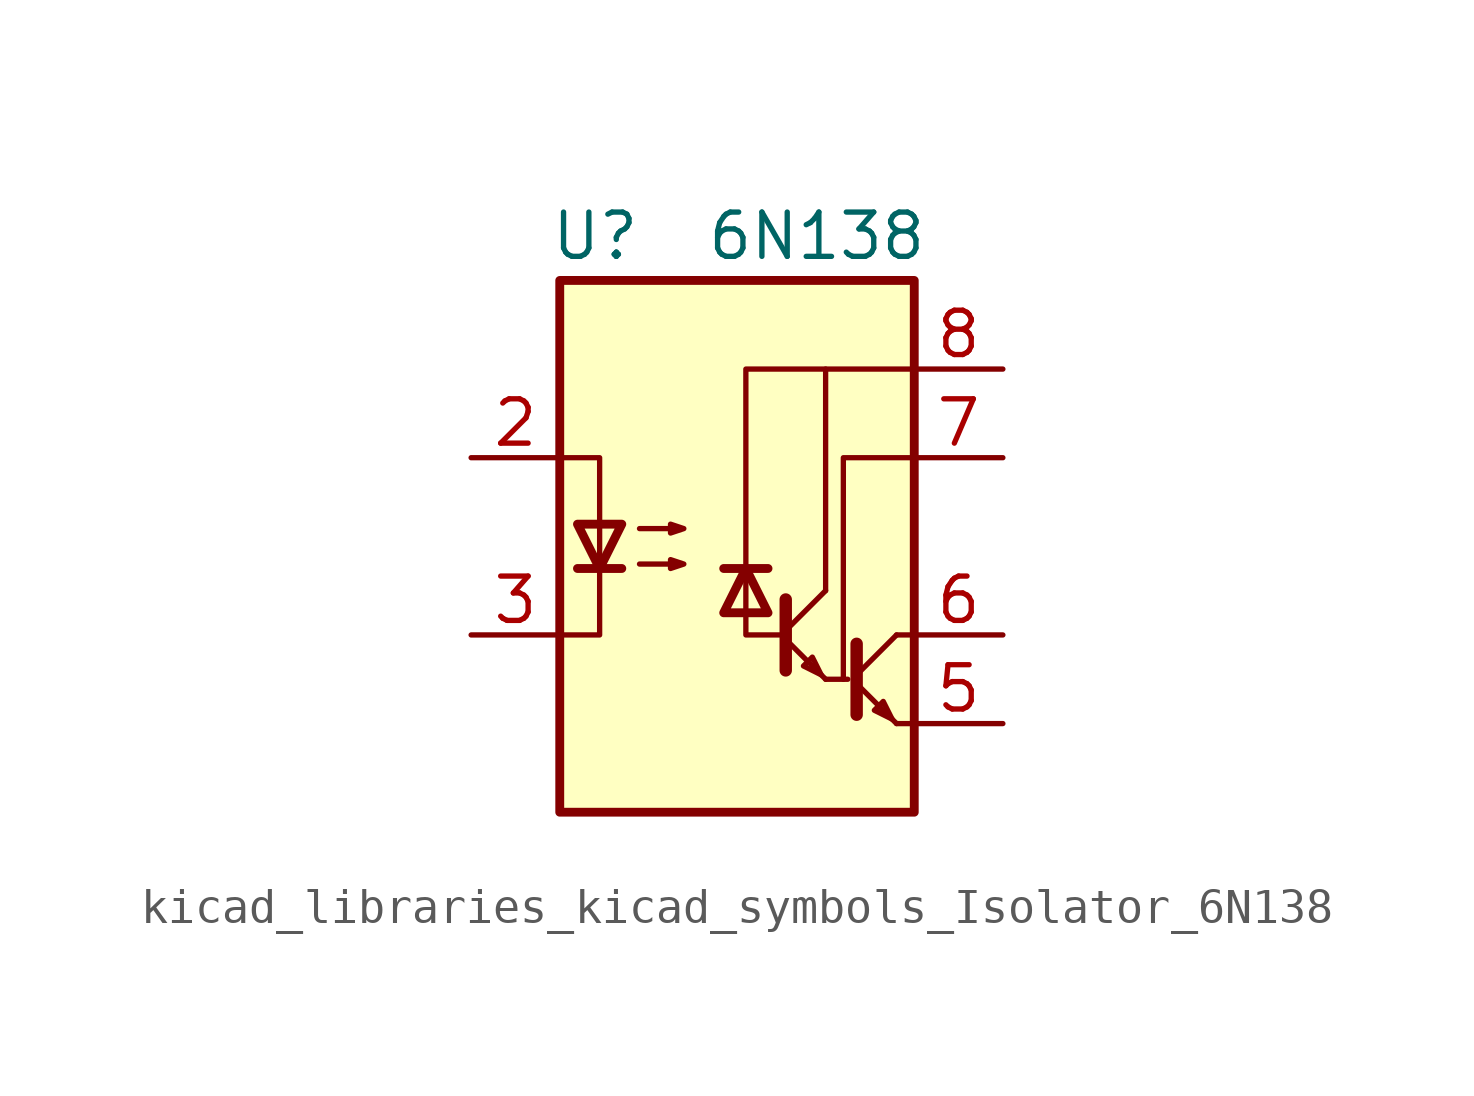
<source format=kicad_sym>
(kicad_symbol_lib
  (version 20220914)
  (generator kicad_symbol_editor)
  (symbol "kicad_libraries_kicad_symbols_Isolator_6N138"
    (pin_names
      (offset 1.016) hide)
    (property "Reference" "U"
      (at -4.064 8.89 0)
      (effects (font (size 1.27 1.27))))
    (property "Value" "6N138"
      (at 2.286 8.89 0)
      (effects (font (size 1.27 1.27))))
    (symbol "kicad_libraries_kicad_symbols_Isolator_6N138_0_1"
      (rectangle (start -5.08 7.62) (end 5.08 -7.62) (stroke (width 0.254) (type default)) (fill (type background)))
      (polyline (pts (xy -4.572 -0.635) (xy -3.302 -0.635)) (stroke (width 0.254) (type default)) (fill (type none)))
      (polyline (pts (xy 0.889 -0.635) (xy -0.381 -0.635)) (stroke (width 0.254) (type default)) (fill (type none)))
      (polyline (pts (xy 1.397 -2.667) (xy 2.54 -3.81)) (stroke (width 0) (type default)) (fill (type none)))
      (polyline (pts (xy 1.397 -2.413) (xy 2.54 -1.27)) (stroke (width 0) (type default)) (fill (type none)))
      (polyline (pts (xy 2.54 -3.81) (xy 3.175 -3.81)) (stroke (width 0) (type default)) (fill (type none)))
      (polyline (pts (xy 3.429 -3.937) (xy 4.572 -5.08)) (stroke (width 0) (type default)) (fill (type none)))
      (polyline (pts (xy 3.429 -3.683) (xy 4.572 -2.54)) (stroke (width 0) (type default)) (fill (type none)))
      (polyline (pts (xy 4.572 -5.08) (xy 5.08 -5.08)) (stroke (width 0) (type default)) (fill (type none)))
      (polyline (pts (xy 4.572 -2.54) (xy 5.08 -2.54)) (stroke (width 0) (type default)) (fill (type none)))
      (polyline (pts (xy 1.397 -1.524) (xy 1.397 -3.556) (xy 1.397 -3.556)) (stroke (width 0.356) (type default)) (fill (type none)))
      (polyline (pts (xy 2.54 -1.27) (xy 2.54 5.08) (xy 5.08 5.08)) (stroke (width 0) (type default)) (fill (type none)))
      (polyline (pts (xy 3.429 -2.794) (xy 3.429 -4.826) (xy 3.429 -4.826)) (stroke (width 0.356) (type default)) (fill (type none)))
      (polyline (pts (xy 5.08 2.54) (xy 3.048 2.54) (xy 3.048 -3.81)) (stroke (width 0) (type default)) (fill (type none)))
      (polyline (pts (xy -5.08 -2.54) (xy -3.937 -2.54) (xy -3.937 2.54) (xy -5.08 2.54)) (stroke (width 0) (type default)) (fill (type none)))
      (polyline (pts (xy -3.937 -0.635) (xy -4.572 0.635) (xy -3.302 0.635) (xy -3.937 -0.635)) (stroke (width 0.254) (type default)) (fill (type none)))
      (polyline (pts (xy 0.254 -0.635) (xy 0.889 -1.905) (xy -0.381 -1.905) (xy 0.254 -0.635)) (stroke (width 0.254) (type default)) (fill (type none)))
      (polyline (pts (xy 1.27 -2.54) (xy 0.254 -2.54) (xy 0.254 5.08) (xy 2.54 5.08)) (stroke (width 0) (type default)) (fill (type none)))
      (polyline (pts (xy 2.413 -3.683) (xy 2.159 -3.175) (xy 1.905 -3.429) (xy 2.413 -3.683)) (stroke (width 0) (type default)) (fill (type none)))
      (polyline (pts (xy 4.445 -4.953) (xy 4.191 -4.445) (xy 3.937 -4.699) (xy 4.445 -4.953)) (stroke (width 0) (type default)) (fill (type none)))
      (polyline (pts (xy -2.794 -0.508) (xy -1.524 -0.508) (xy -1.905 -0.635) (xy -1.905 -0.381) (xy -1.524 -0.508)) (stroke (width 0) (type default)) (fill (type none)))
      (polyline (pts (xy -2.794 0.508) (xy -1.524 0.508) (xy -1.905 0.381) (xy -1.905 0.635) (xy -1.524 0.508)) (stroke (width 0) (type default)) (fill (type none))))
    (symbol "kicad_libraries_kicad_symbols_Isolator_6N138_1_1"
      (pin no_connect line (at -5.08 5.08 0) (length 2.54) hide (name "NC" (effects (font (size 1.27 1.27)))) (number "1" (effects (font (size 1.27 1.27)))))
      (pin passive line (at -7.62 2.54 0) (length 2.54) (name "C1" (effects (font (size 1.27 1.27)))) (number "2" (effects (font (size 1.27 1.27)))))
      (pin passive line (at -7.62 -2.54 0) (length 2.54) (name "C2" (effects (font (size 1.27 1.27)))) (number "3" (effects (font (size 1.27 1.27)))))
      (pin no_connect line (at -5.08 -5.08 0) (length 2.54) hide (name "NC" (effects (font (size 1.27 1.27)))) (number "4" (effects (font (size 1.27 1.27)))))
      (pin passive line (at 7.62 -5.08 180) (length 2.54) (name "GND" (effects (font (size 1.27 1.27)))) (number "5" (effects (font (size 1.27 1.27)))))
      (pin passive line (at 7.62 -2.54 180) (length 2.54) (name "VO2" (effects (font (size 1.27 1.27)))) (number "6" (effects (font (size 1.27 1.27)))))
      (pin passive line (at 7.62 2.54 180) (length 2.54) (name "VO1" (effects (font (size 1.27 1.27)))) (number "7" (effects (font (size 1.27 1.27)))))
      (pin passive line (at 7.62 5.08 180) (length 2.54) (name "VCC" (effects (font (size 1.27 1.27)))) (number "8" (effects (font (size 1.27 1.27))))))))
</source>
